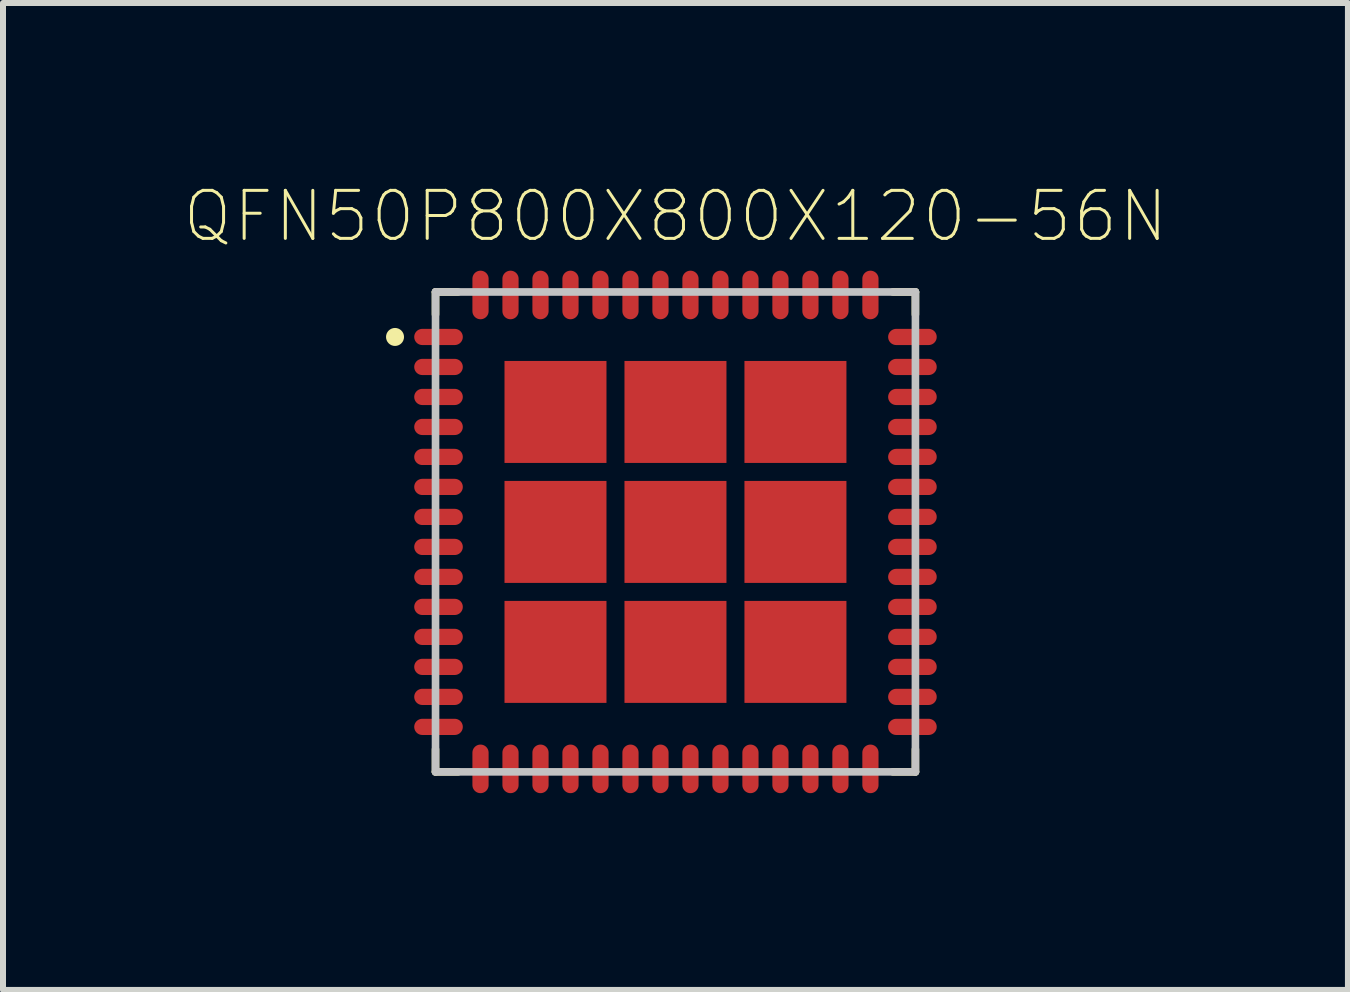
<source format=kicad_pcb>
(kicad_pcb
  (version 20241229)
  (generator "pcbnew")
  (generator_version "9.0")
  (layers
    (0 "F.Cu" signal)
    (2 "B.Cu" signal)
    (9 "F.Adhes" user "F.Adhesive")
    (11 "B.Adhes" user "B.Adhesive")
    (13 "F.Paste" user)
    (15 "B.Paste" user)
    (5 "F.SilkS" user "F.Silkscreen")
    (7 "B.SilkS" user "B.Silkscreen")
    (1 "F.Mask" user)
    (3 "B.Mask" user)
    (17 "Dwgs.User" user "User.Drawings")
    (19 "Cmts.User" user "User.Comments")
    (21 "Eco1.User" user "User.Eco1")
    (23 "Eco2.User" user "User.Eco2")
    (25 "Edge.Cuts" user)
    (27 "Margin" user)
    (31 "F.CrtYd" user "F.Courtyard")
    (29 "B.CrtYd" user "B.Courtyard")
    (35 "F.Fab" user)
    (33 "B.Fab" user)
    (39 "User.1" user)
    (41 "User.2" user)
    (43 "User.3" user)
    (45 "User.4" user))
  (footprint "QFN50P800X800X120-56N"
    (layer "F.Cu")
    (at 8.21 5.817)
    (property "Reference" "QFN50P800X800X120-56N" (at 0 -5.261 0) (layer "F.SilkS") (effects (font (size 0.801 0.801) (thickness 0.05))))
    (attr smd)
    (fp_line (start -4 -4) (end -3.625 -4) (stroke (width 0.127) (type solid)) (layer "F.SilkS"))
    (fp_line (start -4 -3.625) (end -4 -4) (stroke (width 0.127) (type solid)) (layer "F.SilkS"))
    (fp_line (start -4 3.625) (end -4 4) (stroke (width 0.127) (type solid)) (layer "F.SilkS"))
    (fp_line (start -4 4) (end -3.625 4) (stroke (width 0.127) (type solid)) (layer "F.SilkS"))
    (fp_line (start 3.625 -4) (end 4 -4) (stroke (width 0.127) (type solid)) (layer "F.SilkS"))
    (fp_line (start 3.625 4) (end 4 4) (stroke (width 0.127) (type solid)) (layer "F.SilkS"))
    (fp_line (start 4 -4) (end 4 -3.625) (stroke (width 0.127) (type solid)) (layer "F.SilkS"))
    (fp_line (start 4 4) (end 4 3.625) (stroke (width 0.127) (type solid)) (layer "F.SilkS"))
    (fp_circle (center -4.675 -3.25) (end -4.6 -3.25) (stroke (width 0.15) (type solid)) (fill no) (layer "F.SilkS"))
    (fp_line (start -4 -4) (end 4 -4) (stroke (width 0.127) (type solid)) (layer "Dwgs.User"))
    (fp_line (start -4 4) (end -4 -4) (stroke (width 0.127) (type solid)) (layer "Dwgs.User"))
    (fp_line (start 4 -4) (end 4 4) (stroke (width 0.127) (type solid)) (layer "Dwgs.User"))
    (fp_line (start 4 4) (end -4 4) (stroke (width 0.127) (type solid)) (layer "Dwgs.User"))
    (fp_line (start -4.61 -3.64) (end -4.61 3.64) (stroke (width 0.05) (type solid)) (layer "Eco1.User"))
    (fp_line (start -4.61 3.64) (end -4.25 3.64) (stroke (width 0.05) (type solid)) (layer "Eco1.User"))
    (fp_line (start -4.25 -4.25) (end -4.25 -3.64) (stroke (width 0.05) (type solid)) (layer "Eco1.User"))
    (fp_line (start -4.25 -3.64) (end -4.61 -3.64) (stroke (width 0.05) (type solid)) (layer "Eco1.User"))
    (fp_line (start -4.25 3.64) (end -4.25 4.25) (stroke (width 0.05) (type solid)) (layer "Eco1.User"))
    (fp_line (start -4.25 4.25) (end -3.64 4.25) (stroke (width 0.05) (type solid)) (layer "Eco1.User"))
    (fp_line (start -3.64 -4.61) (end -3.64 -4.25) (stroke (width 0.05) (type solid)) (layer "Eco1.User"))
    (fp_line (start -3.64 -4.25) (end -4.25 -4.25) (stroke (width 0.05) (type solid)) (layer "Eco1.User"))
    (fp_line (start -3.64 4.25) (end -3.64 4.61) (stroke (width 0.05) (type solid)) (layer "Eco1.User"))
    (fp_line (start -3.64 4.61) (end 3.64 4.61) (stroke (width 0.05) (type solid)) (layer "Eco1.User"))
    (fp_line (start 3.64 -4.61) (end -3.64 -4.61) (stroke (width 0.05) (type solid)) (layer "Eco1.User"))
    (fp_line (start 3.64 -4.25) (end 3.64 -4.61) (stroke (width 0.05) (type solid)) (layer "Eco1.User"))
    (fp_line (start 3.64 4.25) (end 4.25 4.25) (stroke (width 0.05) (type solid)) (layer "Eco1.User"))
    (fp_line (start 3.64 4.61) (end 3.64 4.25) (stroke (width 0.05) (type solid)) (layer "Eco1.User"))
    (fp_line (start 4.25 -4.25) (end 3.64 -4.25) (stroke (width 0.05) (type solid)) (layer "Eco1.User"))
    (fp_line (start 4.25 -3.64) (end 4.25 -4.25) (stroke (width 0.05) (type solid)) (layer "Eco1.User"))
    (fp_line (start 4.25 3.64) (end 4.61 3.64) (stroke (width 0.05) (type solid)) (layer "Eco1.User"))
    (fp_line (start 4.25 4.25) (end 4.25 3.64) (stroke (width 0.05) (type solid)) (layer "Eco1.User"))
    (fp_line (start 4.61 -3.64) (end 4.25 -3.64) (stroke (width 0.05) (type solid)) (layer "Eco1.User"))
    (fp_line (start 4.61 3.64) (end 4.61 -3.64) (stroke (width 0.05) (type solid)) (layer "Eco1.User"))
    (pad "1" smd oval (at -3.95 -3.25) (size 0.81 0.27) (layers "F.Cu" "F.Mask" "F.Paste"))
    (pad "2" smd oval (at -3.95 -2.75) (size 0.81 0.27) (layers "F.Cu" "F.Mask" "F.Paste"))
    (pad "3" smd oval (at -3.95 -2.25) (size 0.81 0.27) (layers "F.Cu" "F.Mask" "F.Paste"))
    (pad "4" smd oval (at -3.95 -1.75) (size 0.81 0.27) (layers "F.Cu" "F.Mask" "F.Paste"))
    (pad "5" smd oval (at -3.95 -1.25) (size 0.81 0.27) (layers "F.Cu" "F.Mask" "F.Paste"))
    (pad "6" smd oval (at -3.95 -0.75) (size 0.81 0.27) (layers "F.Cu" "F.Mask" "F.Paste"))
    (pad "7" smd oval (at -3.95 -0.25) (size 0.81 0.27) (layers "F.Cu" "F.Mask" "F.Paste"))
    (pad "8" smd oval (at -3.95 0.25) (size 0.81 0.27) (layers "F.Cu" "F.Mask" "F.Paste"))
    (pad "9" smd oval (at -3.95 0.75) (size 0.81 0.27) (layers "F.Cu" "F.Mask" "F.Paste"))
    (pad "10" smd oval (at -3.95 1.25) (size 0.81 0.27) (layers "F.Cu" "F.Mask" "F.Paste"))
    (pad "11" smd oval (at -3.95 1.75) (size 0.81 0.27) (layers "F.Cu" "F.Mask" "F.Paste"))
    (pad "12" smd oval (at -3.95 2.25) (size 0.81 0.27) (layers "F.Cu" "F.Mask" "F.Paste"))
    (pad "13" smd oval (at -3.95 2.75) (size 0.81 0.27) (layers "F.Cu" "F.Mask" "F.Paste"))
    (pad "14" smd oval (at -3.95 3.25) (size 0.81 0.27) (layers "F.Cu" "F.Mask" "F.Paste"))
    (pad "15" smd oval (at -3.25 3.95 90) (size 0.81 0.27) (layers "F.Cu" "F.Mask" "F.Paste"))
    (pad "16" smd oval (at -2.75 3.95 90) (size 0.81 0.27) (layers "F.Cu" "F.Mask" "F.Paste"))
    (pad "17" smd oval (at -2.25 3.95 90) (size 0.81 0.27) (layers "F.Cu" "F.Mask" "F.Paste"))
    (pad "18" smd oval (at -1.75 3.95 90) (size 0.81 0.27) (layers "F.Cu" "F.Mask" "F.Paste"))
    (pad "19" smd oval (at -1.25 3.95 90) (size 0.81 0.27) (layers "F.Cu" "F.Mask" "F.Paste"))
    (pad "20" smd oval (at -0.75 3.95 90) (size 0.81 0.27) (layers "F.Cu" "F.Mask" "F.Paste"))
    (pad "21" smd oval (at -0.25 3.95 90) (size 0.81 0.27) (layers "F.Cu" "F.Mask" "F.Paste"))
    (pad "22" smd oval (at 0.25 3.95 90) (size 0.81 0.27) (layers "F.Cu" "F.Mask" "F.Paste"))
    (pad "23" smd oval (at 0.75 3.95 90) (size 0.81 0.27) (layers "F.Cu" "F.Mask" "F.Paste"))
    (pad "24" smd oval (at 1.25 3.95 90) (size 0.81 0.27) (layers "F.Cu" "F.Mask" "F.Paste"))
    (pad "25" smd oval (at 1.75 3.95 90) (size 0.81 0.27) (layers "F.Cu" "F.Mask" "F.Paste"))
    (pad "26" smd oval (at 2.25 3.95 90) (size 0.81 0.27) (layers "F.Cu" "F.Mask" "F.Paste"))
    (pad "27" smd oval (at 2.75 3.95 90) (size 0.81 0.27) (layers "F.Cu" "F.Mask" "F.Paste"))
    (pad "28" smd oval (at 3.25 3.95 90) (size 0.81 0.27) (layers "F.Cu" "F.Mask" "F.Paste"))
    (pad "29" smd oval (at 3.95 3.25 180) (size 0.81 0.27) (layers "F.Cu" "F.Mask" "F.Paste"))
    (pad "30" smd oval (at 3.95 2.75 180) (size 0.81 0.27) (layers "F.Cu" "F.Mask" "F.Paste"))
    (pad "31" smd oval (at 3.95 2.25 180) (size 0.81 0.27) (layers "F.Cu" "F.Mask" "F.Paste"))
    (pad "32" smd oval (at 3.95 1.75 180) (size 0.81 0.27) (layers "F.Cu" "F.Mask" "F.Paste"))
    (pad "33" smd oval (at 3.95 1.25 180) (size 0.81 0.27) (layers "F.Cu" "F.Mask" "F.Paste"))
    (pad "34" smd oval (at 3.95 0.75 180) (size 0.81 0.27) (layers "F.Cu" "F.Mask" "F.Paste"))
    (pad "35" smd oval (at 3.95 0.25 180) (size 0.81 0.27) (layers "F.Cu" "F.Mask" "F.Paste"))
    (pad "36" smd oval (at 3.95 -0.25 180) (size 0.81 0.27) (layers "F.Cu" "F.Mask" "F.Paste"))
    (pad "37" smd oval (at 3.95 -0.75 180) (size 0.81 0.27) (layers "F.Cu" "F.Mask" "F.Paste"))
    (pad "38" smd oval (at 3.95 -1.25 180) (size 0.81 0.27) (layers "F.Cu" "F.Mask" "F.Paste"))
    (pad "39" smd oval (at 3.95 -1.75 180) (size 0.81 0.27) (layers "F.Cu" "F.Mask" "F.Paste"))
    (pad "40" smd oval (at 3.95 -2.25 180) (size 0.81 0.27) (layers "F.Cu" "F.Mask" "F.Paste"))
    (pad "41" smd oval (at 3.95 -2.75 180) (size 0.81 0.27) (layers "F.Cu" "F.Mask" "F.Paste"))
    (pad "42" smd oval (at 3.95 -3.25 180) (size 0.81 0.27) (layers "F.Cu" "F.Mask" "F.Paste"))
    (pad "43" smd oval (at 3.25 -3.95 270) (size 0.81 0.27) (layers "F.Cu" "F.Mask" "F.Paste"))
    (pad "44" smd oval (at 2.75 -3.95 270) (size 0.81 0.27) (layers "F.Cu" "F.Mask" "F.Paste"))
    (pad "45" smd oval (at 2.25 -3.95 270) (size 0.81 0.27) (layers "F.Cu" "F.Mask" "F.Paste"))
    (pad "46" smd oval (at 1.75 -3.95 270) (size 0.81 0.27) (layers "F.Cu" "F.Mask" "F.Paste"))
    (pad "47" smd oval (at 1.25 -3.95 270) (size 0.81 0.27) (layers "F.Cu" "F.Mask" "F.Paste"))
    (pad "48" smd oval (at 0.75 -3.95 270) (size 0.81 0.27) (layers "F.Cu" "F.Mask" "F.Paste"))
    (pad "49" smd oval (at 0.25 -3.95 270) (size 0.81 0.27) (layers "F.Cu" "F.Mask" "F.Paste"))
    (pad "50" smd oval (at -0.25 -3.95 270) (size 0.81 0.27) (layers "F.Cu" "F.Mask" "F.Paste"))
    (pad "51" smd oval (at -0.75 -3.95 270) (size 0.81 0.27) (layers "F.Cu" "F.Mask" "F.Paste"))
    (pad "52" smd oval (at -1.25 -3.95 270) (size 0.81 0.27) (layers "F.Cu" "F.Mask" "F.Paste"))
    (pad "53" smd oval (at -1.75 -3.95 270) (size 0.81 0.27) (layers "F.Cu" "F.Mask" "F.Paste"))
    (pad "54" smd oval (at -2.25 -3.95 270) (size 0.81 0.27) (layers "F.Cu" "F.Mask" "F.Paste"))
    (pad "55" smd oval (at -2.75 -3.95 270) (size 0.81 0.27) (layers "F.Cu" "F.Mask" "F.Paste"))
    (pad "56" smd oval (at -3.25 -3.95 270) (size 0.81 0.27) (layers "F.Cu" "F.Mask" "F.Paste"))
    (pad "57" smd rect (at -2 -2) (size 1.7 1.7) (layers "F.Cu" "F.Mask" "F.Paste"))
    (pad "57" smd rect (at -2 0) (size 1.7 1.7) (layers "F.Cu" "F.Mask" "F.Paste"))
    (pad "57" smd rect (at -2 2) (size 1.7 1.7) (layers "F.Cu" "F.Mask" "F.Paste"))
    (pad "57" smd rect (at 0 -2) (size 1.7 1.7) (layers "F.Cu" "F.Mask" "F.Paste"))
    (pad "57" smd rect (at 0 0) (size 1.7 1.7) (layers "F.Cu" "F.Mask" "F.Paste"))
    (pad "57" smd rect (at 0 2) (size 1.7 1.7) (layers "F.Cu" "F.Mask" "F.Paste"))
    (pad "57" smd rect (at 2 -2) (size 1.7 1.7) (layers "F.Cu" "F.Mask" "F.Paste"))
    (pad "57" smd rect (at 2 0) (size 1.7 1.7) (layers "F.Cu" "F.Mask" "F.Paste"))
    (pad "57" smd rect (at 2 2) (size 1.7 1.7) (layers "F.Cu" "F.Mask" "F.Paste")))
  (gr_rect
    (start -3 -3)
    (end 19.42 13.452)
    (stroke (width 0.1) (type default))
    (fill no)
    (layer "Edge.Cuts")))
</source>
